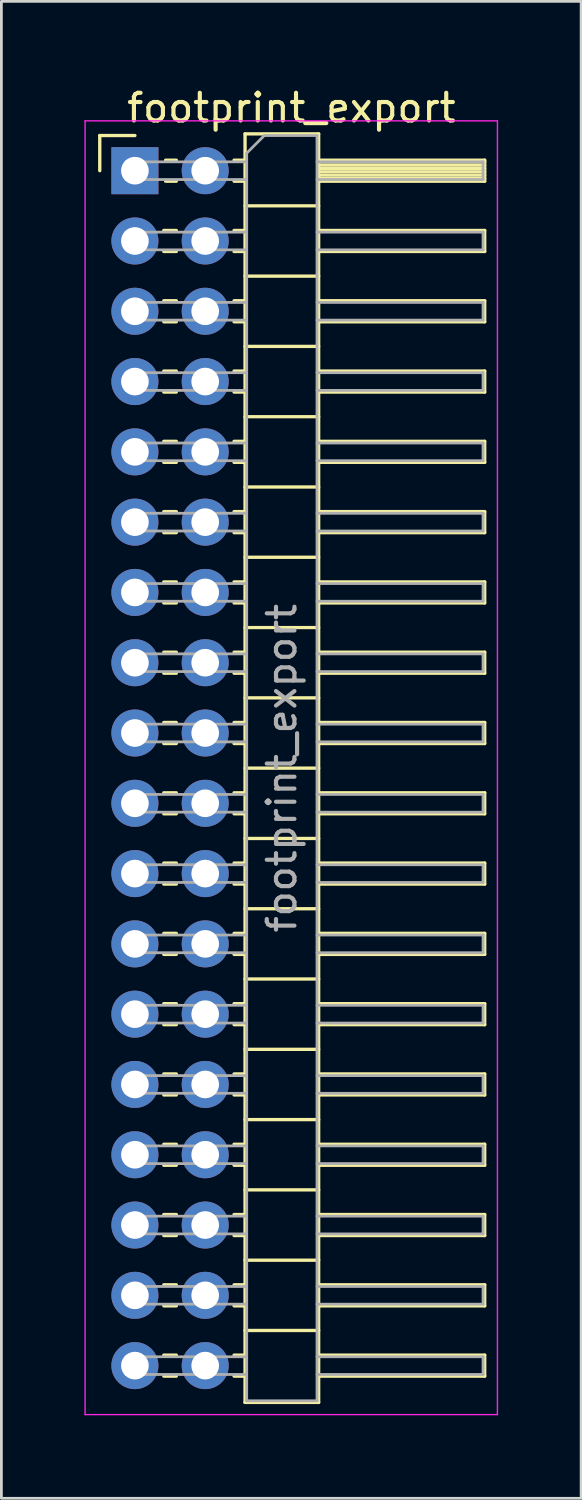
<source format=kicad_pcb>
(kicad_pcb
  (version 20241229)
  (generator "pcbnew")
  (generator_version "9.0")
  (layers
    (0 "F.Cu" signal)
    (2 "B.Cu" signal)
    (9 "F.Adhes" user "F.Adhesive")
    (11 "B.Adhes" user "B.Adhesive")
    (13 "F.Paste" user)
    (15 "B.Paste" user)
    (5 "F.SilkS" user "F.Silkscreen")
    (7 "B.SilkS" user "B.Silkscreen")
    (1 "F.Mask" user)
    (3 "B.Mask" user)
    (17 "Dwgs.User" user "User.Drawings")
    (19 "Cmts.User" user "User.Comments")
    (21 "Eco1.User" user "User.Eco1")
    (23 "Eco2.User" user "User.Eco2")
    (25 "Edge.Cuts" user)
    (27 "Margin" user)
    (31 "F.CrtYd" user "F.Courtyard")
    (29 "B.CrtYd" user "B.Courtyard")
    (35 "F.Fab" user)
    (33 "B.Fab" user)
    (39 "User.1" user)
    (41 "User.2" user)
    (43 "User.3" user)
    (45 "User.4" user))
  (footprint "footprint_export"
    (layer "F.Cu")
    (at 1.825 3.118)
    (property "Reference" "footprint_export" (at 5.655 -2.27 0) (layer "F.SilkS") (effects (font (size 1 1) (thickness 0.15))))
    (attr through_hole)
    (fp_line (start -1.27 -1.27) (end 0 -1.27) (stroke (width 0.12) (type solid)) (layer "F.SilkS"))
    (fp_line (start -1.27 0) (end -1.27 -1.27) (stroke (width 0.12) (type solid)) (layer "F.SilkS"))
    (fp_line (start 1.043 2.16) (end 1.497 2.16) (stroke (width 0.12) (type solid)) (layer "F.SilkS"))
    (fp_line (start 1.043 2.92) (end 1.497 2.92) (stroke (width 0.12) (type solid)) (layer "F.SilkS"))
    (fp_line (start 1.043 4.7) (end 1.497 4.7) (stroke (width 0.12) (type solid)) (layer "F.SilkS"))
    (fp_line (start 1.043 5.46) (end 1.497 5.46) (stroke (width 0.12) (type solid)) (layer "F.SilkS"))
    (fp_line (start 1.043 7.24) (end 1.497 7.24) (stroke (width 0.12) (type solid)) (layer "F.SilkS"))
    (fp_line (start 1.043 8) (end 1.497 8) (stroke (width 0.12) (type solid)) (layer "F.SilkS"))
    (fp_line (start 1.043 9.78) (end 1.497 9.78) (stroke (width 0.12) (type solid)) (layer "F.SilkS"))
    (fp_line (start 1.043 10.54) (end 1.497 10.54) (stroke (width 0.12) (type solid)) (layer "F.SilkS"))
    (fp_line (start 1.043 12.32) (end 1.497 12.32) (stroke (width 0.12) (type solid)) (layer "F.SilkS"))
    (fp_line (start 1.043 13.08) (end 1.497 13.08) (stroke (width 0.12) (type solid)) (layer "F.SilkS"))
    (fp_line (start 1.043 14.86) (end 1.497 14.86) (stroke (width 0.12) (type solid)) (layer "F.SilkS"))
    (fp_line (start 1.043 15.62) (end 1.497 15.62) (stroke (width 0.12) (type solid)) (layer "F.SilkS"))
    (fp_line (start 1.043 17.4) (end 1.497 17.4) (stroke (width 0.12) (type solid)) (layer "F.SilkS"))
    (fp_line (start 1.043 18.16) (end 1.497 18.16) (stroke (width 0.12) (type solid)) (layer "F.SilkS"))
    (fp_line (start 1.043 19.94) (end 1.497 19.94) (stroke (width 0.12) (type solid)) (layer "F.SilkS"))
    (fp_line (start 1.043 20.7) (end 1.497 20.7) (stroke (width 0.12) (type solid)) (layer "F.SilkS"))
    (fp_line (start 1.043 22.48) (end 1.497 22.48) (stroke (width 0.12) (type solid)) (layer "F.SilkS"))
    (fp_line (start 1.043 23.24) (end 1.497 23.24) (stroke (width 0.12) (type solid)) (layer "F.SilkS"))
    (fp_line (start 1.043 25.02) (end 1.497 25.02) (stroke (width 0.12) (type solid)) (layer "F.SilkS"))
    (fp_line (start 1.043 25.78) (end 1.497 25.78) (stroke (width 0.12) (type solid)) (layer "F.SilkS"))
    (fp_line (start 1.043 27.56) (end 1.497 27.56) (stroke (width 0.12) (type solid)) (layer "F.SilkS"))
    (fp_line (start 1.043 28.32) (end 1.497 28.32) (stroke (width 0.12) (type solid)) (layer "F.SilkS"))
    (fp_line (start 1.043 30.1) (end 1.497 30.1) (stroke (width 0.12) (type solid)) (layer "F.SilkS"))
    (fp_line (start 1.043 30.86) (end 1.497 30.86) (stroke (width 0.12) (type solid)) (layer "F.SilkS"))
    (fp_line (start 1.043 32.64) (end 1.497 32.64) (stroke (width 0.12) (type solid)) (layer "F.SilkS"))
    (fp_line (start 1.043 33.4) (end 1.497 33.4) (stroke (width 0.12) (type solid)) (layer "F.SilkS"))
    (fp_line (start 1.043 35.18) (end 1.497 35.18) (stroke (width 0.12) (type solid)) (layer "F.SilkS"))
    (fp_line (start 1.043 35.94) (end 1.497 35.94) (stroke (width 0.12) (type solid)) (layer "F.SilkS"))
    (fp_line (start 1.043 37.72) (end 1.497 37.72) (stroke (width 0.12) (type solid)) (layer "F.SilkS"))
    (fp_line (start 1.043 38.48) (end 1.497 38.48) (stroke (width 0.12) (type solid)) (layer "F.SilkS"))
    (fp_line (start 1.043 40.26) (end 1.497 40.26) (stroke (width 0.12) (type solid)) (layer "F.SilkS"))
    (fp_line (start 1.043 41.02) (end 1.497 41.02) (stroke (width 0.12) (type solid)) (layer "F.SilkS"))
    (fp_line (start 1.043 42.8) (end 1.497 42.8) (stroke (width 0.12) (type solid)) (layer "F.SilkS"))
    (fp_line (start 1.043 43.56) (end 1.497 43.56) (stroke (width 0.12) (type solid)) (layer "F.SilkS"))
    (fp_line (start 1.11 -0.38) (end 1.497 -0.38) (stroke (width 0.12) (type solid)) (layer "F.SilkS"))
    (fp_line (start 1.11 0.38) (end 1.497 0.38) (stroke (width 0.12) (type solid)) (layer "F.SilkS"))
    (fp_line (start 3.583 -0.38) (end 3.98 -0.38) (stroke (width 0.12) (type solid)) (layer "F.SilkS"))
    (fp_line (start 3.583 0.38) (end 3.98 0.38) (stroke (width 0.12) (type solid)) (layer "F.SilkS"))
    (fp_line (start 3.583 2.16) (end 3.98 2.16) (stroke (width 0.12) (type solid)) (layer "F.SilkS"))
    (fp_line (start 3.583 2.92) (end 3.98 2.92) (stroke (width 0.12) (type solid)) (layer "F.SilkS"))
    (fp_line (start 3.583 4.7) (end 3.98 4.7) (stroke (width 0.12) (type solid)) (layer "F.SilkS"))
    (fp_line (start 3.583 5.46) (end 3.98 5.46) (stroke (width 0.12) (type solid)) (layer "F.SilkS"))
    (fp_line (start 3.583 7.24) (end 3.98 7.24) (stroke (width 0.12) (type solid)) (layer "F.SilkS"))
    (fp_line (start 3.583 8) (end 3.98 8) (stroke (width 0.12) (type solid)) (layer "F.SilkS"))
    (fp_line (start 3.583 9.78) (end 3.98 9.78) (stroke (width 0.12) (type solid)) (layer "F.SilkS"))
    (fp_line (start 3.583 10.54) (end 3.98 10.54) (stroke (width 0.12) (type solid)) (layer "F.SilkS"))
    (fp_line (start 3.583 12.32) (end 3.98 12.32) (stroke (width 0.12) (type solid)) (layer "F.SilkS"))
    (fp_line (start 3.583 13.08) (end 3.98 13.08) (stroke (width 0.12) (type solid)) (layer "F.SilkS"))
    (fp_line (start 3.583 14.86) (end 3.98 14.86) (stroke (width 0.12) (type solid)) (layer "F.SilkS"))
    (fp_line (start 3.583 15.62) (end 3.98 15.62) (stroke (width 0.12) (type solid)) (layer "F.SilkS"))
    (fp_line (start 3.583 17.4) (end 3.98 17.4) (stroke (width 0.12) (type solid)) (layer "F.SilkS"))
    (fp_line (start 3.583 18.16) (end 3.98 18.16) (stroke (width 0.12) (type solid)) (layer "F.SilkS"))
    (fp_line (start 3.583 19.94) (end 3.98 19.94) (stroke (width 0.12) (type solid)) (layer "F.SilkS"))
    (fp_line (start 3.583 20.7) (end 3.98 20.7) (stroke (width 0.12) (type solid)) (layer "F.SilkS"))
    (fp_line (start 3.583 22.48) (end 3.98 22.48) (stroke (width 0.12) (type solid)) (layer "F.SilkS"))
    (fp_line (start 3.583 23.24) (end 3.98 23.24) (stroke (width 0.12) (type solid)) (layer "F.SilkS"))
    (fp_line (start 3.583 25.02) (end 3.98 25.02) (stroke (width 0.12) (type solid)) (layer "F.SilkS"))
    (fp_line (start 3.583 25.78) (end 3.98 25.78) (stroke (width 0.12) (type solid)) (layer "F.SilkS"))
    (fp_line (start 3.583 27.56) (end 3.98 27.56) (stroke (width 0.12) (type solid)) (layer "F.SilkS"))
    (fp_line (start 3.583 28.32) (end 3.98 28.32) (stroke (width 0.12) (type solid)) (layer "F.SilkS"))
    (fp_line (start 3.583 30.1) (end 3.98 30.1) (stroke (width 0.12) (type solid)) (layer "F.SilkS"))
    (fp_line (start 3.583 30.86) (end 3.98 30.86) (stroke (width 0.12) (type solid)) (layer "F.SilkS"))
    (fp_line (start 3.583 32.64) (end 3.98 32.64) (stroke (width 0.12) (type solid)) (layer "F.SilkS"))
    (fp_line (start 3.583 33.4) (end 3.98 33.4) (stroke (width 0.12) (type solid)) (layer "F.SilkS"))
    (fp_line (start 3.583 35.18) (end 3.98 35.18) (stroke (width 0.12) (type solid)) (layer "F.SilkS"))
    (fp_line (start 3.583 35.94) (end 3.98 35.94) (stroke (width 0.12) (type solid)) (layer "F.SilkS"))
    (fp_line (start 3.583 37.72) (end 3.98 37.72) (stroke (width 0.12) (type solid)) (layer "F.SilkS"))
    (fp_line (start 3.583 38.48) (end 3.98 38.48) (stroke (width 0.12) (type solid)) (layer "F.SilkS"))
    (fp_line (start 3.583 40.26) (end 3.98 40.26) (stroke (width 0.12) (type solid)) (layer "F.SilkS"))
    (fp_line (start 3.583 41.02) (end 3.98 41.02) (stroke (width 0.12) (type solid)) (layer "F.SilkS"))
    (fp_line (start 3.583 42.8) (end 3.98 42.8) (stroke (width 0.12) (type solid)) (layer "F.SilkS"))
    (fp_line (start 3.583 43.56) (end 3.98 43.56) (stroke (width 0.12) (type solid)) (layer "F.SilkS"))
    (fp_line (start 3.98 -1.33) (end 3.98 44.51) (stroke (width 0.12) (type solid)) (layer "F.SilkS"))
    (fp_line (start 3.98 1.27) (end 6.64 1.27) (stroke (width 0.12) (type solid)) (layer "F.SilkS"))
    (fp_line (start 3.98 3.81) (end 6.64 3.81) (stroke (width 0.12) (type solid)) (layer "F.SilkS"))
    (fp_line (start 3.98 6.35) (end 6.64 6.35) (stroke (width 0.12) (type solid)) (layer "F.SilkS"))
    (fp_line (start 3.98 8.89) (end 6.64 8.89) (stroke (width 0.12) (type solid)) (layer "F.SilkS"))
    (fp_line (start 3.98 11.43) (end 6.64 11.43) (stroke (width 0.12) (type solid)) (layer "F.SilkS"))
    (fp_line (start 3.98 13.97) (end 6.64 13.97) (stroke (width 0.12) (type solid)) (layer "F.SilkS"))
    (fp_line (start 3.98 16.51) (end 6.64 16.51) (stroke (width 0.12) (type solid)) (layer "F.SilkS"))
    (fp_line (start 3.98 19.05) (end 6.64 19.05) (stroke (width 0.12) (type solid)) (layer "F.SilkS"))
    (fp_line (start 3.98 21.59) (end 6.64 21.59) (stroke (width 0.12) (type solid)) (layer "F.SilkS"))
    (fp_line (start 3.98 24.13) (end 6.64 24.13) (stroke (width 0.12) (type solid)) (layer "F.SilkS"))
    (fp_line (start 3.98 26.67) (end 6.64 26.67) (stroke (width 0.12) (type solid)) (layer "F.SilkS"))
    (fp_line (start 3.98 29.21) (end 6.64 29.21) (stroke (width 0.12) (type solid)) (layer "F.SilkS"))
    (fp_line (start 3.98 31.75) (end 6.64 31.75) (stroke (width 0.12) (type solid)) (layer "F.SilkS"))
    (fp_line (start 3.98 34.29) (end 6.64 34.29) (stroke (width 0.12) (type solid)) (layer "F.SilkS"))
    (fp_line (start 3.98 36.83) (end 6.64 36.83) (stroke (width 0.12) (type solid)) (layer "F.SilkS"))
    (fp_line (start 3.98 39.37) (end 6.64 39.37) (stroke (width 0.12) (type solid)) (layer "F.SilkS"))
    (fp_line (start 3.98 41.91) (end 6.64 41.91) (stroke (width 0.12) (type solid)) (layer "F.SilkS"))
    (fp_line (start 3.98 44.51) (end 6.64 44.51) (stroke (width 0.12) (type solid)) (layer "F.SilkS"))
    (fp_line (start 6.64 -1.33) (end 3.98 -1.33) (stroke (width 0.12) (type solid)) (layer "F.SilkS"))
    (fp_line (start 6.64 -0.38) (end 12.64 -0.38) (stroke (width 0.12) (type solid)) (layer "F.SilkS"))
    (fp_line (start 6.64 -0.32) (end 12.64 -0.32) (stroke (width 0.12) (type solid)) (layer "F.SilkS"))
    (fp_line (start 6.64 -0.2) (end 12.64 -0.2) (stroke (width 0.12) (type solid)) (layer "F.SilkS"))
    (fp_line (start 6.64 -0.08) (end 12.64 -0.08) (stroke (width 0.12) (type solid)) (layer "F.SilkS"))
    (fp_line (start 6.64 0.04) (end 12.64 0.04) (stroke (width 0.12) (type solid)) (layer "F.SilkS"))
    (fp_line (start 6.64 0.16) (end 12.64 0.16) (stroke (width 0.12) (type solid)) (layer "F.SilkS"))
    (fp_line (start 6.64 0.28) (end 12.64 0.28) (stroke (width 0.12) (type solid)) (layer "F.SilkS"))
    (fp_line (start 6.64 2.16) (end 12.64 2.16) (stroke (width 0.12) (type solid)) (layer "F.SilkS"))
    (fp_line (start 6.64 4.7) (end 12.64 4.7) (stroke (width 0.12) (type solid)) (layer "F.SilkS"))
    (fp_line (start 6.64 7.24) (end 12.64 7.24) (stroke (width 0.12) (type solid)) (layer "F.SilkS"))
    (fp_line (start 6.64 9.78) (end 12.64 9.78) (stroke (width 0.12) (type solid)) (layer "F.SilkS"))
    (fp_line (start 6.64 12.32) (end 12.64 12.32) (stroke (width 0.12) (type solid)) (layer "F.SilkS"))
    (fp_line (start 6.64 14.86) (end 12.64 14.86) (stroke (width 0.12) (type solid)) (layer "F.SilkS"))
    (fp_line (start 6.64 17.4) (end 12.64 17.4) (stroke (width 0.12) (type solid)) (layer "F.SilkS"))
    (fp_line (start 6.64 19.94) (end 12.64 19.94) (stroke (width 0.12) (type solid)) (layer "F.SilkS"))
    (fp_line (start 6.64 22.48) (end 12.64 22.48) (stroke (width 0.12) (type solid)) (layer "F.SilkS"))
    (fp_line (start 6.64 25.02) (end 12.64 25.02) (stroke (width 0.12) (type solid)) (layer "F.SilkS"))
    (fp_line (start 6.64 27.56) (end 12.64 27.56) (stroke (width 0.12) (type solid)) (layer "F.SilkS"))
    (fp_line (start 6.64 30.1) (end 12.64 30.1) (stroke (width 0.12) (type solid)) (layer "F.SilkS"))
    (fp_line (start 6.64 32.64) (end 12.64 32.64) (stroke (width 0.12) (type solid)) (layer "F.SilkS"))
    (fp_line (start 6.64 35.18) (end 12.64 35.18) (stroke (width 0.12) (type solid)) (layer "F.SilkS"))
    (fp_line (start 6.64 37.72) (end 12.64 37.72) (stroke (width 0.12) (type solid)) (layer "F.SilkS"))
    (fp_line (start 6.64 40.26) (end 12.64 40.26) (stroke (width 0.12) (type solid)) (layer "F.SilkS"))
    (fp_line (start 6.64 42.8) (end 12.64 42.8) (stroke (width 0.12) (type solid)) (layer "F.SilkS"))
    (fp_line (start 6.64 44.51) (end 6.64 -1.33) (stroke (width 0.12) (type solid)) (layer "F.SilkS"))
    (fp_line (start 12.64 -0.38) (end 12.64 0.38) (stroke (width 0.12) (type solid)) (layer "F.SilkS"))
    (fp_line (start 12.64 0.38) (end 6.64 0.38) (stroke (width 0.12) (type solid)) (layer "F.SilkS"))
    (fp_line (start 12.64 2.16) (end 12.64 2.92) (stroke (width 0.12) (type solid)) (layer "F.SilkS"))
    (fp_line (start 12.64 2.92) (end 6.64 2.92) (stroke (width 0.12) (type solid)) (layer "F.SilkS"))
    (fp_line (start 12.64 4.7) (end 12.64 5.46) (stroke (width 0.12) (type solid)) (layer "F.SilkS"))
    (fp_line (start 12.64 5.46) (end 6.64 5.46) (stroke (width 0.12) (type solid)) (layer "F.SilkS"))
    (fp_line (start 12.64 7.24) (end 12.64 8) (stroke (width 0.12) (type solid)) (layer "F.SilkS"))
    (fp_line (start 12.64 8) (end 6.64 8) (stroke (width 0.12) (type solid)) (layer "F.SilkS"))
    (fp_line (start 12.64 9.78) (end 12.64 10.54) (stroke (width 0.12) (type solid)) (layer "F.SilkS"))
    (fp_line (start 12.64 10.54) (end 6.64 10.54) (stroke (width 0.12) (type solid)) (layer "F.SilkS"))
    (fp_line (start 12.64 12.32) (end 12.64 13.08) (stroke (width 0.12) (type solid)) (layer "F.SilkS"))
    (fp_line (start 12.64 13.08) (end 6.64 13.08) (stroke (width 0.12) (type solid)) (layer "F.SilkS"))
    (fp_line (start 12.64 14.86) (end 12.64 15.62) (stroke (width 0.12) (type solid)) (layer "F.SilkS"))
    (fp_line (start 12.64 15.62) (end 6.64 15.62) (stroke (width 0.12) (type solid)) (layer "F.SilkS"))
    (fp_line (start 12.64 17.4) (end 12.64 18.16) (stroke (width 0.12) (type solid)) (layer "F.SilkS"))
    (fp_line (start 12.64 18.16) (end 6.64 18.16) (stroke (width 0.12) (type solid)) (layer "F.SilkS"))
    (fp_line (start 12.64 19.94) (end 12.64 20.7) (stroke (width 0.12) (type solid)) (layer "F.SilkS"))
    (fp_line (start 12.64 20.7) (end 6.64 20.7) (stroke (width 0.12) (type solid)) (layer "F.SilkS"))
    (fp_line (start 12.64 22.48) (end 12.64 23.24) (stroke (width 0.12) (type solid)) (layer "F.SilkS"))
    (fp_line (start 12.64 23.24) (end 6.64 23.24) (stroke (width 0.12) (type solid)) (layer "F.SilkS"))
    (fp_line (start 12.64 25.02) (end 12.64 25.78) (stroke (width 0.12) (type solid)) (layer "F.SilkS"))
    (fp_line (start 12.64 25.78) (end 6.64 25.78) (stroke (width 0.12) (type solid)) (layer "F.SilkS"))
    (fp_line (start 12.64 27.56) (end 12.64 28.32) (stroke (width 0.12) (type solid)) (layer "F.SilkS"))
    (fp_line (start 12.64 28.32) (end 6.64 28.32) (stroke (width 0.12) (type solid)) (layer "F.SilkS"))
    (fp_line (start 12.64 30.1) (end 12.64 30.86) (stroke (width 0.12) (type solid)) (layer "F.SilkS"))
    (fp_line (start 12.64 30.86) (end 6.64 30.86) (stroke (width 0.12) (type solid)) (layer "F.SilkS"))
    (fp_line (start 12.64 32.64) (end 12.64 33.4) (stroke (width 0.12) (type solid)) (layer "F.SilkS"))
    (fp_line (start 12.64 33.4) (end 6.64 33.4) (stroke (width 0.12) (type solid)) (layer "F.SilkS"))
    (fp_line (start 12.64 35.18) (end 12.64 35.94) (stroke (width 0.12) (type solid)) (layer "F.SilkS"))
    (fp_line (start 12.64 35.94) (end 6.64 35.94) (stroke (width 0.12) (type solid)) (layer "F.SilkS"))
    (fp_line (start 12.64 37.72) (end 12.64 38.48) (stroke (width 0.12) (type solid)) (layer "F.SilkS"))
    (fp_line (start 12.64 38.48) (end 6.64 38.48) (stroke (width 0.12) (type solid)) (layer "F.SilkS"))
    (fp_line (start 12.64 40.26) (end 12.64 41.02) (stroke (width 0.12) (type solid)) (layer "F.SilkS"))
    (fp_line (start 12.64 41.02) (end 6.64 41.02) (stroke (width 0.12) (type solid)) (layer "F.SilkS"))
    (fp_line (start 12.64 42.8) (end 12.64 43.56) (stroke (width 0.12) (type solid)) (layer "F.SilkS"))
    (fp_line (start 12.64 43.56) (end 6.64 43.56) (stroke (width 0.12) (type solid)) (layer "F.SilkS"))
    (fp_line (start -1.8 -1.8) (end -1.8 44.95) (stroke (width 0.05) (type solid)) (layer "F.CrtYd"))
    (fp_line (start -1.8 44.95) (end 13.1 44.95) (stroke (width 0.05) (type solid)) (layer "F.CrtYd"))
    (fp_line (start 13.1 -1.8) (end -1.8 -1.8) (stroke (width 0.05) (type solid)) (layer "F.CrtYd"))
    (fp_line (start 13.1 44.95) (end 13.1 -1.8) (stroke (width 0.05) (type solid)) (layer "F.CrtYd"))
    (fp_line (start -0.32 -0.32) (end -0.32 0.32) (stroke (width 0.1) (type solid)) (layer "F.Fab"))
    (fp_line (start -0.32 -0.32) (end 4.04 -0.32) (stroke (width 0.1) (type solid)) (layer "F.Fab"))
    (fp_line (start -0.32 0.32) (end 4.04 0.32) (stroke (width 0.1) (type solid)) (layer "F.Fab"))
    (fp_line (start -0.32 2.22) (end -0.32 2.86) (stroke (width 0.1) (type solid)) (layer "F.Fab"))
    (fp_line (start -0.32 2.22) (end 4.04 2.22) (stroke (width 0.1) (type solid)) (layer "F.Fab"))
    (fp_line (start -0.32 2.86) (end 4.04 2.86) (stroke (width 0.1) (type solid)) (layer "F.Fab"))
    (fp_line (start -0.32 4.76) (end -0.32 5.4) (stroke (width 0.1) (type solid)) (layer "F.Fab"))
    (fp_line (start -0.32 4.76) (end 4.04 4.76) (stroke (width 0.1) (type solid)) (layer "F.Fab"))
    (fp_line (start -0.32 5.4) (end 4.04 5.4) (stroke (width 0.1) (type solid)) (layer "F.Fab"))
    (fp_line (start -0.32 7.3) (end -0.32 7.94) (stroke (width 0.1) (type solid)) (layer "F.Fab"))
    (fp_line (start -0.32 7.3) (end 4.04 7.3) (stroke (width 0.1) (type solid)) (layer "F.Fab"))
    (fp_line (start -0.32 7.94) (end 4.04 7.94) (stroke (width 0.1) (type solid)) (layer "F.Fab"))
    (fp_line (start -0.32 9.84) (end -0.32 10.48) (stroke (width 0.1) (type solid)) (layer "F.Fab"))
    (fp_line (start -0.32 9.84) (end 4.04 9.84) (stroke (width 0.1) (type solid)) (layer "F.Fab"))
    (fp_line (start -0.32 10.48) (end 4.04 10.48) (stroke (width 0.1) (type solid)) (layer "F.Fab"))
    (fp_line (start -0.32 12.38) (end -0.32 13.02) (stroke (width 0.1) (type solid)) (layer "F.Fab"))
    (fp_line (start -0.32 12.38) (end 4.04 12.38) (stroke (width 0.1) (type solid)) (layer "F.Fab"))
    (fp_line (start -0.32 13.02) (end 4.04 13.02) (stroke (width 0.1) (type solid)) (layer "F.Fab"))
    (fp_line (start -0.32 14.92) (end -0.32 15.56) (stroke (width 0.1) (type solid)) (layer "F.Fab"))
    (fp_line (start -0.32 14.92) (end 4.04 14.92) (stroke (width 0.1) (type solid)) (layer "F.Fab"))
    (fp_line (start -0.32 15.56) (end 4.04 15.56) (stroke (width 0.1) (type solid)) (layer "F.Fab"))
    (fp_line (start -0.32 17.46) (end -0.32 18.1) (stroke (width 0.1) (type solid)) (layer "F.Fab"))
    (fp_line (start -0.32 17.46) (end 4.04 17.46) (stroke (width 0.1) (type solid)) (layer "F.Fab"))
    (fp_line (start -0.32 18.1) (end 4.04 18.1) (stroke (width 0.1) (type solid)) (layer "F.Fab"))
    (fp_line (start -0.32 20) (end -0.32 20.64) (stroke (width 0.1) (type solid)) (layer "F.Fab"))
    (fp_line (start -0.32 20) (end 4.04 20) (stroke (width 0.1) (type solid)) (layer "F.Fab"))
    (fp_line (start -0.32 20.64) (end 4.04 20.64) (stroke (width 0.1) (type solid)) (layer "F.Fab"))
    (fp_line (start -0.32 22.54) (end -0.32 23.18) (stroke (width 0.1) (type solid)) (layer "F.Fab"))
    (fp_line (start -0.32 22.54) (end 4.04 22.54) (stroke (width 0.1) (type solid)) (layer "F.Fab"))
    (fp_line (start -0.32 23.18) (end 4.04 23.18) (stroke (width 0.1) (type solid)) (layer "F.Fab"))
    (fp_line (start -0.32 25.08) (end -0.32 25.72) (stroke (width 0.1) (type solid)) (layer "F.Fab"))
    (fp_line (start -0.32 25.08) (end 4.04 25.08) (stroke (width 0.1) (type solid)) (layer "F.Fab"))
    (fp_line (start -0.32 25.72) (end 4.04 25.72) (stroke (width 0.1) (type solid)) (layer "F.Fab"))
    (fp_line (start -0.32 27.62) (end -0.32 28.26) (stroke (width 0.1) (type solid)) (layer "F.Fab"))
    (fp_line (start -0.32 27.62) (end 4.04 27.62) (stroke (width 0.1) (type solid)) (layer "F.Fab"))
    (fp_line (start -0.32 28.26) (end 4.04 28.26) (stroke (width 0.1) (type solid)) (layer "F.Fab"))
    (fp_line (start -0.32 30.16) (end -0.32 30.8) (stroke (width 0.1) (type solid)) (layer "F.Fab"))
    (fp_line (start -0.32 30.16) (end 4.04 30.16) (stroke (width 0.1) (type solid)) (layer "F.Fab"))
    (fp_line (start -0.32 30.8) (end 4.04 30.8) (stroke (width 0.1) (type solid)) (layer "F.Fab"))
    (fp_line (start -0.32 32.7) (end -0.32 33.34) (stroke (width 0.1) (type solid)) (layer "F.Fab"))
    (fp_line (start -0.32 32.7) (end 4.04 32.7) (stroke (width 0.1) (type solid)) (layer "F.Fab"))
    (fp_line (start -0.32 33.34) (end 4.04 33.34) (stroke (width 0.1) (type solid)) (layer "F.Fab"))
    (fp_line (start -0.32 35.24) (end -0.32 35.88) (stroke (width 0.1) (type solid)) (layer "F.Fab"))
    (fp_line (start -0.32 35.24) (end 4.04 35.24) (stroke (width 0.1) (type solid)) (layer "F.Fab"))
    (fp_line (start -0.32 35.88) (end 4.04 35.88) (stroke (width 0.1) (type solid)) (layer "F.Fab"))
    (fp_line (start -0.32 37.78) (end -0.32 38.42) (stroke (width 0.1) (type solid)) (layer "F.Fab"))
    (fp_line (start -0.32 37.78) (end 4.04 37.78) (stroke (width 0.1) (type solid)) (layer "F.Fab"))
    (fp_line (start -0.32 38.42) (end 4.04 38.42) (stroke (width 0.1) (type solid)) (layer "F.Fab"))
    (fp_line (start -0.32 40.32) (end -0.32 40.96) (stroke (width 0.1) (type solid)) (layer "F.Fab"))
    (fp_line (start -0.32 40.32) (end 4.04 40.32) (stroke (width 0.1) (type solid)) (layer "F.Fab"))
    (fp_line (start -0.32 40.96) (end 4.04 40.96) (stroke (width 0.1) (type solid)) (layer "F.Fab"))
    (fp_line (start -0.32 42.86) (end -0.32 43.5) (stroke (width 0.1) (type solid)) (layer "F.Fab"))
    (fp_line (start -0.32 42.86) (end 4.04 42.86) (stroke (width 0.1) (type solid)) (layer "F.Fab"))
    (fp_line (start -0.32 43.5) (end 4.04 43.5) (stroke (width 0.1) (type solid)) (layer "F.Fab"))
    (fp_line (start 4.04 -0.635) (end 4.675 -1.27) (stroke (width 0.1) (type solid)) (layer "F.Fab"))
    (fp_line (start 4.04 44.45) (end 4.04 -0.635) (stroke (width 0.1) (type solid)) (layer "F.Fab"))
    (fp_line (start 4.675 -1.27) (end 6.58 -1.27) (stroke (width 0.1) (type solid)) (layer "F.Fab"))
    (fp_line (start 6.58 -1.27) (end 6.58 44.45) (stroke (width 0.1) (type solid)) (layer "F.Fab"))
    (fp_line (start 6.58 -0.32) (end 12.58 -0.32) (stroke (width 0.1) (type solid)) (layer "F.Fab"))
    (fp_line (start 6.58 0.32) (end 12.58 0.32) (stroke (width 0.1) (type solid)) (layer "F.Fab"))
    (fp_line (start 6.58 2.22) (end 12.58 2.22) (stroke (width 0.1) (type solid)) (layer "F.Fab"))
    (fp_line (start 6.58 2.86) (end 12.58 2.86) (stroke (width 0.1) (type solid)) (layer "F.Fab"))
    (fp_line (start 6.58 4.76) (end 12.58 4.76) (stroke (width 0.1) (type solid)) (layer "F.Fab"))
    (fp_line (start 6.58 5.4) (end 12.58 5.4) (stroke (width 0.1) (type solid)) (layer "F.Fab"))
    (fp_line (start 6.58 7.3) (end 12.58 7.3) (stroke (width 0.1) (type solid)) (layer "F.Fab"))
    (fp_line (start 6.58 7.94) (end 12.58 7.94) (stroke (width 0.1) (type solid)) (layer "F.Fab"))
    (fp_line (start 6.58 9.84) (end 12.58 9.84) (stroke (width 0.1) (type solid)) (layer "F.Fab"))
    (fp_line (start 6.58 10.48) (end 12.58 10.48) (stroke (width 0.1) (type solid)) (layer "F.Fab"))
    (fp_line (start 6.58 12.38) (end 12.58 12.38) (stroke (width 0.1) (type solid)) (layer "F.Fab"))
    (fp_line (start 6.58 13.02) (end 12.58 13.02) (stroke (width 0.1) (type solid)) (layer "F.Fab"))
    (fp_line (start 6.58 14.92) (end 12.58 14.92) (stroke (width 0.1) (type solid)) (layer "F.Fab"))
    (fp_line (start 6.58 15.56) (end 12.58 15.56) (stroke (width 0.1) (type solid)) (layer "F.Fab"))
    (fp_line (start 6.58 17.46) (end 12.58 17.46) (stroke (width 0.1) (type solid)) (layer "F.Fab"))
    (fp_line (start 6.58 18.1) (end 12.58 18.1) (stroke (width 0.1) (type solid)) (layer "F.Fab"))
    (fp_line (start 6.58 20) (end 12.58 20) (stroke (width 0.1) (type solid)) (layer "F.Fab"))
    (fp_line (start 6.58 20.64) (end 12.58 20.64) (stroke (width 0.1) (type solid)) (layer "F.Fab"))
    (fp_line (start 6.58 22.54) (end 12.58 22.54) (stroke (width 0.1) (type solid)) (layer "F.Fab"))
    (fp_line (start 6.58 23.18) (end 12.58 23.18) (stroke (width 0.1) (type solid)) (layer "F.Fab"))
    (fp_line (start 6.58 25.08) (end 12.58 25.08) (stroke (width 0.1) (type solid)) (layer "F.Fab"))
    (fp_line (start 6.58 25.72) (end 12.58 25.72) (stroke (width 0.1) (type solid)) (layer "F.Fab"))
    (fp_line (start 6.58 27.62) (end 12.58 27.62) (stroke (width 0.1) (type solid)) (layer "F.Fab"))
    (fp_line (start 6.58 28.26) (end 12.58 28.26) (stroke (width 0.1) (type solid)) (layer "F.Fab"))
    (fp_line (start 6.58 30.16) (end 12.58 30.16) (stroke (width 0.1) (type solid)) (layer "F.Fab"))
    (fp_line (start 6.58 30.8) (end 12.58 30.8) (stroke (width 0.1) (type solid)) (layer "F.Fab"))
    (fp_line (start 6.58 32.7) (end 12.58 32.7) (stroke (width 0.1) (type solid)) (layer "F.Fab"))
    (fp_line (start 6.58 33.34) (end 12.58 33.34) (stroke (width 0.1) (type solid)) (layer "F.Fab"))
    (fp_line (start 6.58 35.24) (end 12.58 35.24) (stroke (width 0.1) (type solid)) (layer "F.Fab"))
    (fp_line (start 6.58 35.88) (end 12.58 35.88) (stroke (width 0.1) (type solid)) (layer "F.Fab"))
    (fp_line (start 6.58 37.78) (end 12.58 37.78) (stroke (width 0.1) (type solid)) (layer "F.Fab"))
    (fp_line (start 6.58 38.42) (end 12.58 38.42) (stroke (width 0.1) (type solid)) (layer "F.Fab"))
    (fp_line (start 6.58 40.32) (end 12.58 40.32) (stroke (width 0.1) (type solid)) (layer "F.Fab"))
    (fp_line (start 6.58 40.96) (end 12.58 40.96) (stroke (width 0.1) (type solid)) (layer "F.Fab"))
    (fp_line (start 6.58 42.86) (end 12.58 42.86) (stroke (width 0.1) (type solid)) (layer "F.Fab"))
    (fp_line (start 6.58 43.5) (end 12.58 43.5) (stroke (width 0.1) (type solid)) (layer "F.Fab"))
    (fp_line (start 6.58 44.45) (end 4.04 44.45) (stroke (width 0.1) (type solid)) (layer "F.Fab"))
    (fp_line (start 12.58 -0.32) (end 12.58 0.32) (stroke (width 0.1) (type solid)) (layer "F.Fab"))
    (fp_line (start 12.58 2.22) (end 12.58 2.86) (stroke (width 0.1) (type solid)) (layer "F.Fab"))
    (fp_line (start 12.58 4.76) (end 12.58 5.4) (stroke (width 0.1) (type solid)) (layer "F.Fab"))
    (fp_line (start 12.58 7.3) (end 12.58 7.94) (stroke (width 0.1) (type solid)) (layer "F.Fab"))
    (fp_line (start 12.58 9.84) (end 12.58 10.48) (stroke (width 0.1) (type solid)) (layer "F.Fab"))
    (fp_line (start 12.58 12.38) (end 12.58 13.02) (stroke (width 0.1) (type solid)) (layer "F.Fab"))
    (fp_line (start 12.58 14.92) (end 12.58 15.56) (stroke (width 0.1) (type solid)) (layer "F.Fab"))
    (fp_line (start 12.58 17.46) (end 12.58 18.1) (stroke (width 0.1) (type solid)) (layer "F.Fab"))
    (fp_line (start 12.58 20) (end 12.58 20.64) (stroke (width 0.1) (type solid)) (layer "F.Fab"))
    (fp_line (start 12.58 22.54) (end 12.58 23.18) (stroke (width 0.1) (type solid)) (layer "F.Fab"))
    (fp_line (start 12.58 25.08) (end 12.58 25.72) (stroke (width 0.1) (type solid)) (layer "F.Fab"))
    (fp_line (start 12.58 27.62) (end 12.58 28.26) (stroke (width 0.1) (type solid)) (layer "F.Fab"))
    (fp_line (start 12.58 30.16) (end 12.58 30.8) (stroke (width 0.1) (type solid)) (layer "F.Fab"))
    (fp_line (start 12.58 32.7) (end 12.58 33.34) (stroke (width 0.1) (type solid)) (layer "F.Fab"))
    (fp_line (start 12.58 35.24) (end 12.58 35.88) (stroke (width 0.1) (type solid)) (layer "F.Fab"))
    (fp_line (start 12.58 37.78) (end 12.58 38.42) (stroke (width 0.1) (type solid)) (layer "F.Fab"))
    (fp_line (start 12.58 40.32) (end 12.58 40.96) (stroke (width 0.1) (type solid)) (layer "F.Fab"))
    (fp_line (start 12.58 42.86) (end 12.58 43.5) (stroke (width 0.1) (type solid)) (layer "F.Fab"))
    (fp_text user "${REFERENCE}" (at 5.31 21.59 90) (layer "F.Fab") (effects (font (size 1 1) (thickness 0.15))))
    (pad "1" thru_hole rect (at 0 0) (size 1.7 1.7) (drill 1) (layers "*.Cu" "*.Mask"))
    (pad "2" thru_hole oval (at 2.54 0) (size 1.7 1.7) (drill 1) (layers "*.Cu" "*.Mask"))
    (pad "3" thru_hole oval (at 0 2.54) (size 1.7 1.7) (drill 1) (layers "*.Cu" "*.Mask"))
    (pad "4" thru_hole oval (at 2.54 2.54) (size 1.7 1.7) (drill 1) (layers "*.Cu" "*.Mask"))
    (pad "5" thru_hole oval (at 0 5.08) (size 1.7 1.7) (drill 1) (layers "*.Cu" "*.Mask"))
    (pad "6" thru_hole oval (at 2.54 5.08) (size 1.7 1.7) (drill 1) (layers "*.Cu" "*.Mask"))
    (pad "7" thru_hole oval (at 0 7.62) (size 1.7 1.7) (drill 1) (layers "*.Cu" "*.Mask"))
    (pad "8" thru_hole oval (at 2.54 7.62) (size 1.7 1.7) (drill 1) (layers "*.Cu" "*.Mask"))
    (pad "9" thru_hole oval (at 0 10.16) (size 1.7 1.7) (drill 1) (layers "*.Cu" "*.Mask"))
    (pad "10" thru_hole oval (at 2.54 10.16) (size 1.7 1.7) (drill 1) (layers "*.Cu" "*.Mask"))
    (pad "11" thru_hole oval (at 0 12.7) (size 1.7 1.7) (drill 1) (layers "*.Cu" "*.Mask"))
    (pad "12" thru_hole oval (at 2.54 12.7) (size 1.7 1.7) (drill 1) (layers "*.Cu" "*.Mask"))
    (pad "13" thru_hole oval (at 0 15.24) (size 1.7 1.7) (drill 1) (layers "*.Cu" "*.Mask"))
    (pad "14" thru_hole oval (at 2.54 15.24) (size 1.7 1.7) (drill 1) (layers "*.Cu" "*.Mask"))
    (pad "15" thru_hole oval (at 0 17.78) (size 1.7 1.7) (drill 1) (layers "*.Cu" "*.Mask"))
    (pad "16" thru_hole oval (at 2.54 17.78) (size 1.7 1.7) (drill 1) (layers "*.Cu" "*.Mask"))
    (pad "17" thru_hole oval (at 0 20.32) (size 1.7 1.7) (drill 1) (layers "*.Cu" "*.Mask"))
    (pad "18" thru_hole oval (at 2.54 20.32) (size 1.7 1.7) (drill 1) (layers "*.Cu" "*.Mask"))
    (pad "19" thru_hole oval (at 0 22.86) (size 1.7 1.7) (drill 1) (layers "*.Cu" "*.Mask"))
    (pad "20" thru_hole oval (at 2.54 22.86) (size 1.7 1.7) (drill 1) (layers "*.Cu" "*.Mask"))
    (pad "21" thru_hole oval (at 0 25.4) (size 1.7 1.7) (drill 1) (layers "*.Cu" "*.Mask"))
    (pad "22" thru_hole oval (at 2.54 25.4) (size 1.7 1.7) (drill 1) (layers "*.Cu" "*.Mask"))
    (pad "23" thru_hole oval (at 0 27.94) (size 1.7 1.7) (drill 1) (layers "*.Cu" "*.Mask"))
    (pad "24" thru_hole oval (at 2.54 27.94) (size 1.7 1.7) (drill 1) (layers "*.Cu" "*.Mask"))
    (pad "25" thru_hole oval (at 0 30.48) (size 1.7 1.7) (drill 1) (layers "*.Cu" "*.Mask"))
    (pad "26" thru_hole oval (at 2.54 30.48) (size 1.7 1.7) (drill 1) (layers "*.Cu" "*.Mask"))
    (pad "27" thru_hole oval (at 0 33.02) (size 1.7 1.7) (drill 1) (layers "*.Cu" "*.Mask"))
    (pad "28" thru_hole oval (at 2.54 33.02) (size 1.7 1.7) (drill 1) (layers "*.Cu" "*.Mask"))
    (pad "29" thru_hole oval (at 0 35.56) (size 1.7 1.7) (drill 1) (layers "*.Cu" "*.Mask"))
    (pad "30" thru_hole oval (at 2.54 35.56) (size 1.7 1.7) (drill 1) (layers "*.Cu" "*.Mask"))
    (pad "31" thru_hole oval (at 0 38.1) (size 1.7 1.7) (drill 1) (layers "*.Cu" "*.Mask"))
    (pad "32" thru_hole oval (at 2.54 38.1) (size 1.7 1.7) (drill 1) (layers "*.Cu" "*.Mask"))
    (pad "33" thru_hole oval (at 0 40.64) (size 1.7 1.7) (drill 1) (layers "*.Cu" "*.Mask"))
    (pad "34" thru_hole oval (at 2.54 40.64) (size 1.7 1.7) (drill 1) (layers "*.Cu" "*.Mask"))
    (pad "35" thru_hole oval (at 0 43.18) (size 1.7 1.7) (drill 1) (layers "*.Cu" "*.Mask"))
    (pad "36" thru_hole oval (at 2.54 43.18) (size 1.7 1.7) (drill 1) (layers "*.Cu" "*.Mask")))
  (gr_rect
    (start -3 -3)
    (end 17.95 51.093)
    (stroke (width 0.1) (type default))
    (fill no)
    (layer "Edge.Cuts")))
</source>
